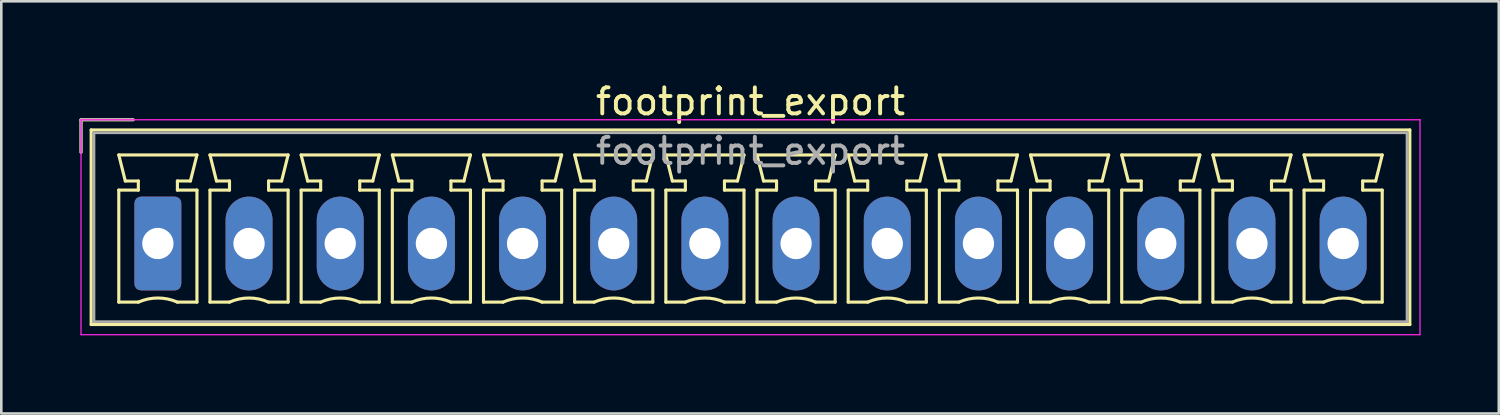
<source format=kicad_pcb>
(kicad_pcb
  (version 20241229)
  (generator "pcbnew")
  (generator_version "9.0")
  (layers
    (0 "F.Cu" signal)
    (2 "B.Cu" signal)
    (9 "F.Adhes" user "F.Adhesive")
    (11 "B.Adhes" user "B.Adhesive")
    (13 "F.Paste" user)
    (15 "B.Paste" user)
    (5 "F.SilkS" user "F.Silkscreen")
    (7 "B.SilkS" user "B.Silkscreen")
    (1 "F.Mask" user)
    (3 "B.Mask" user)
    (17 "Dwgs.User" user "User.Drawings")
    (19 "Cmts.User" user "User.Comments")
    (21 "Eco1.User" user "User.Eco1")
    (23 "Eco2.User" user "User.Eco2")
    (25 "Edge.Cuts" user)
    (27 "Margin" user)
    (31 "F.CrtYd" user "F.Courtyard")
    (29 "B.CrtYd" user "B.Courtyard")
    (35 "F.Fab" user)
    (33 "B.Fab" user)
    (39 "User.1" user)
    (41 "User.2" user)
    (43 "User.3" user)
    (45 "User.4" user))
  (footprint "footprint_export"
    (layer "F.Cu")
    (at 3.01 6.298)
    (property "Reference" "footprint_export" (at 22.75 -5.45 0) (layer "F.SilkS") (effects (font (size 1 1) (thickness 0.15))))
    (attr through_hole)
    (fp_line (start -2.95 -4.75) (end -0.95 -4.75) (stroke (width 0.12) (type solid)) (layer "F.SilkS"))
    (fp_line (start -2.95 -3.5) (end -2.95 -4.75) (stroke (width 0.12) (type solid)) (layer "F.SilkS"))
    (fp_line (start -2.56 -4.36) (end -2.56 3.11) (stroke (width 0.12) (type solid)) (layer "F.SilkS"))
    (fp_line (start -2.56 3.11) (end 48.06 3.11) (stroke (width 0.12) (type solid)) (layer "F.SilkS"))
    (fp_line (start -1.5 -3.4) (end 1.5 -3.4) (stroke (width 0.12) (type solid)) (layer "F.SilkS"))
    (fp_line (start -1.5 -2.05) (end -0.75 -2.05) (stroke (width 0.12) (type solid)) (layer "F.SilkS"))
    (fp_line (start -1.5 2.25) (end -1.5 -2.05) (stroke (width 0.12) (type solid)) (layer "F.SilkS"))
    (fp_line (start -1.25 -2.4) (end -1.5 -3.4) (stroke (width 0.12) (type solid)) (layer "F.SilkS"))
    (fp_line (start -0.75 -2.4) (end -1.25 -2.4) (stroke (width 0.12) (type solid)) (layer "F.SilkS"))
    (fp_line (start -0.75 -2.05) (end -0.75 -2.4) (stroke (width 0.12) (type solid)) (layer "F.SilkS"))
    (fp_line (start -0.75 2.25) (end -1.5 2.25) (stroke (width 0.12) (type solid)) (layer "F.SilkS"))
    (fp_line (start 0.75 -2.4) (end 0.75 -2.05) (stroke (width 0.12) (type solid)) (layer "F.SilkS"))
    (fp_line (start 0.75 -2.05) (end 1.5 -2.05) (stroke (width 0.12) (type solid)) (layer "F.SilkS"))
    (fp_line (start 1.25 -2.4) (end 0.75 -2.4) (stroke (width 0.12) (type solid)) (layer "F.SilkS"))
    (fp_line (start 1.5 -3.4) (end 1.25 -2.4) (stroke (width 0.12) (type solid)) (layer "F.SilkS"))
    (fp_line (start 1.5 -2.05) (end 1.5 2.25) (stroke (width 0.12) (type solid)) (layer "F.SilkS"))
    (fp_line (start 1.5 2.25) (end 0.75 2.25) (stroke (width 0.12) (type solid)) (layer "F.SilkS"))
    (fp_line (start 2 -3.4) (end 5 -3.4) (stroke (width 0.12) (type solid)) (layer "F.SilkS"))
    (fp_line (start 2 -2.05) (end 2.75 -2.05) (stroke (width 0.12) (type solid)) (layer "F.SilkS"))
    (fp_line (start 2 2.25) (end 2 -2.05) (stroke (width 0.12) (type solid)) (layer "F.SilkS"))
    (fp_line (start 2.25 -2.4) (end 2 -3.4) (stroke (width 0.12) (type solid)) (layer "F.SilkS"))
    (fp_line (start 2.75 -2.4) (end 2.25 -2.4) (stroke (width 0.12) (type solid)) (layer "F.SilkS"))
    (fp_line (start 2.75 -2.05) (end 2.75 -2.4) (stroke (width 0.12) (type solid)) (layer "F.SilkS"))
    (fp_line (start 2.75 2.25) (end 2 2.25) (stroke (width 0.12) (type solid)) (layer "F.SilkS"))
    (fp_line (start 4.25 -2.4) (end 4.25 -2.05) (stroke (width 0.12) (type solid)) (layer "F.SilkS"))
    (fp_line (start 4.25 -2.05) (end 5 -2.05) (stroke (width 0.12) (type solid)) (layer "F.SilkS"))
    (fp_line (start 4.75 -2.4) (end 4.25 -2.4) (stroke (width 0.12) (type solid)) (layer "F.SilkS"))
    (fp_line (start 5 -3.4) (end 4.75 -2.4) (stroke (width 0.12) (type solid)) (layer "F.SilkS"))
    (fp_line (start 5 -2.05) (end 5 2.25) (stroke (width 0.12) (type solid)) (layer "F.SilkS"))
    (fp_line (start 5 2.25) (end 4.25 2.25) (stroke (width 0.12) (type solid)) (layer "F.SilkS"))
    (fp_line (start 5.5 -3.4) (end 8.5 -3.4) (stroke (width 0.12) (type solid)) (layer "F.SilkS"))
    (fp_line (start 5.5 -2.05) (end 6.25 -2.05) (stroke (width 0.12) (type solid)) (layer "F.SilkS"))
    (fp_line (start 5.5 2.25) (end 5.5 -2.05) (stroke (width 0.12) (type solid)) (layer "F.SilkS"))
    (fp_line (start 5.75 -2.4) (end 5.5 -3.4) (stroke (width 0.12) (type solid)) (layer "F.SilkS"))
    (fp_line (start 6.25 -2.4) (end 5.75 -2.4) (stroke (width 0.12) (type solid)) (layer "F.SilkS"))
    (fp_line (start 6.25 -2.05) (end 6.25 -2.4) (stroke (width 0.12) (type solid)) (layer "F.SilkS"))
    (fp_line (start 6.25 2.25) (end 5.5 2.25) (stroke (width 0.12) (type solid)) (layer "F.SilkS"))
    (fp_line (start 7.75 -2.4) (end 7.75 -2.05) (stroke (width 0.12) (type solid)) (layer "F.SilkS"))
    (fp_line (start 7.75 -2.05) (end 8.5 -2.05) (stroke (width 0.12) (type solid)) (layer "F.SilkS"))
    (fp_line (start 8.25 -2.4) (end 7.75 -2.4) (stroke (width 0.12) (type solid)) (layer "F.SilkS"))
    (fp_line (start 8.5 -3.4) (end 8.25 -2.4) (stroke (width 0.12) (type solid)) (layer "F.SilkS"))
    (fp_line (start 8.5 -2.05) (end 8.5 2.25) (stroke (width 0.12) (type solid)) (layer "F.SilkS"))
    (fp_line (start 8.5 2.25) (end 7.75 2.25) (stroke (width 0.12) (type solid)) (layer "F.SilkS"))
    (fp_line (start 9 -3.4) (end 12 -3.4) (stroke (width 0.12) (type solid)) (layer "F.SilkS"))
    (fp_line (start 9 -2.05) (end 9.75 -2.05) (stroke (width 0.12) (type solid)) (layer "F.SilkS"))
    (fp_line (start 9 2.25) (end 9 -2.05) (stroke (width 0.12) (type solid)) (layer "F.SilkS"))
    (fp_line (start 9.25 -2.4) (end 9 -3.4) (stroke (width 0.12) (type solid)) (layer "F.SilkS"))
    (fp_line (start 9.75 -2.4) (end 9.25 -2.4) (stroke (width 0.12) (type solid)) (layer "F.SilkS"))
    (fp_line (start 9.75 -2.05) (end 9.75 -2.4) (stroke (width 0.12) (type solid)) (layer "F.SilkS"))
    (fp_line (start 9.75 2.25) (end 9 2.25) (stroke (width 0.12) (type solid)) (layer "F.SilkS"))
    (fp_line (start 11.25 -2.4) (end 11.25 -2.05) (stroke (width 0.12) (type solid)) (layer "F.SilkS"))
    (fp_line (start 11.25 -2.05) (end 12 -2.05) (stroke (width 0.12) (type solid)) (layer "F.SilkS"))
    (fp_line (start 11.75 -2.4) (end 11.25 -2.4) (stroke (width 0.12) (type solid)) (layer "F.SilkS"))
    (fp_line (start 12 -3.4) (end 11.75 -2.4) (stroke (width 0.12) (type solid)) (layer "F.SilkS"))
    (fp_line (start 12 -2.05) (end 12 2.25) (stroke (width 0.12) (type solid)) (layer "F.SilkS"))
    (fp_line (start 12 2.25) (end 11.25 2.25) (stroke (width 0.12) (type solid)) (layer "F.SilkS"))
    (fp_line (start 12.5 -3.4) (end 15.5 -3.4) (stroke (width 0.12) (type solid)) (layer "F.SilkS"))
    (fp_line (start 12.5 -2.05) (end 13.25 -2.05) (stroke (width 0.12) (type solid)) (layer "F.SilkS"))
    (fp_line (start 12.5 2.25) (end 12.5 -2.05) (stroke (width 0.12) (type solid)) (layer "F.SilkS"))
    (fp_line (start 12.75 -2.4) (end 12.5 -3.4) (stroke (width 0.12) (type solid)) (layer "F.SilkS"))
    (fp_line (start 13.25 -2.4) (end 12.75 -2.4) (stroke (width 0.12) (type solid)) (layer "F.SilkS"))
    (fp_line (start 13.25 -2.05) (end 13.25 -2.4) (stroke (width 0.12) (type solid)) (layer "F.SilkS"))
    (fp_line (start 13.25 2.25) (end 12.5 2.25) (stroke (width 0.12) (type solid)) (layer "F.SilkS"))
    (fp_line (start 14.75 -2.4) (end 14.75 -2.05) (stroke (width 0.12) (type solid)) (layer "F.SilkS"))
    (fp_line (start 14.75 -2.05) (end 15.5 -2.05) (stroke (width 0.12) (type solid)) (layer "F.SilkS"))
    (fp_line (start 15.25 -2.4) (end 14.75 -2.4) (stroke (width 0.12) (type solid)) (layer "F.SilkS"))
    (fp_line (start 15.5 -3.4) (end 15.25 -2.4) (stroke (width 0.12) (type solid)) (layer "F.SilkS"))
    (fp_line (start 15.5 -2.05) (end 15.5 2.25) (stroke (width 0.12) (type solid)) (layer "F.SilkS"))
    (fp_line (start 15.5 2.25) (end 14.75 2.25) (stroke (width 0.12) (type solid)) (layer "F.SilkS"))
    (fp_line (start 16 -3.4) (end 19 -3.4) (stroke (width 0.12) (type solid)) (layer "F.SilkS"))
    (fp_line (start 16 -2.05) (end 16.75 -2.05) (stroke (width 0.12) (type solid)) (layer "F.SilkS"))
    (fp_line (start 16 2.25) (end 16 -2.05) (stroke (width 0.12) (type solid)) (layer "F.SilkS"))
    (fp_line (start 16.25 -2.4) (end 16 -3.4) (stroke (width 0.12) (type solid)) (layer "F.SilkS"))
    (fp_line (start 16.75 -2.4) (end 16.25 -2.4) (stroke (width 0.12) (type solid)) (layer "F.SilkS"))
    (fp_line (start 16.75 -2.05) (end 16.75 -2.4) (stroke (width 0.12) (type solid)) (layer "F.SilkS"))
    (fp_line (start 16.75 2.25) (end 16 2.25) (stroke (width 0.12) (type solid)) (layer "F.SilkS"))
    (fp_line (start 18.25 -2.4) (end 18.25 -2.05) (stroke (width 0.12) (type solid)) (layer "F.SilkS"))
    (fp_line (start 18.25 -2.05) (end 19 -2.05) (stroke (width 0.12) (type solid)) (layer "F.SilkS"))
    (fp_line (start 18.75 -2.4) (end 18.25 -2.4) (stroke (width 0.12) (type solid)) (layer "F.SilkS"))
    (fp_line (start 19 -3.4) (end 18.75 -2.4) (stroke (width 0.12) (type solid)) (layer "F.SilkS"))
    (fp_line (start 19 -2.05) (end 19 2.25) (stroke (width 0.12) (type solid)) (layer "F.SilkS"))
    (fp_line (start 19 2.25) (end 18.25 2.25) (stroke (width 0.12) (type solid)) (layer "F.SilkS"))
    (fp_line (start 19.5 -3.4) (end 22.5 -3.4) (stroke (width 0.12) (type solid)) (layer "F.SilkS"))
    (fp_line (start 19.5 -2.05) (end 20.25 -2.05) (stroke (width 0.12) (type solid)) (layer "F.SilkS"))
    (fp_line (start 19.5 2.25) (end 19.5 -2.05) (stroke (width 0.12) (type solid)) (layer "F.SilkS"))
    (fp_line (start 19.75 -2.4) (end 19.5 -3.4) (stroke (width 0.12) (type solid)) (layer "F.SilkS"))
    (fp_line (start 20.25 -2.4) (end 19.75 -2.4) (stroke (width 0.12) (type solid)) (layer "F.SilkS"))
    (fp_line (start 20.25 -2.05) (end 20.25 -2.4) (stroke (width 0.12) (type solid)) (layer "F.SilkS"))
    (fp_line (start 20.25 2.25) (end 19.5 2.25) (stroke (width 0.12) (type solid)) (layer "F.SilkS"))
    (fp_line (start 21.75 -2.4) (end 21.75 -2.05) (stroke (width 0.12) (type solid)) (layer "F.SilkS"))
    (fp_line (start 21.75 -2.05) (end 22.5 -2.05) (stroke (width 0.12) (type solid)) (layer "F.SilkS"))
    (fp_line (start 22.25 -2.4) (end 21.75 -2.4) (stroke (width 0.12) (type solid)) (layer "F.SilkS"))
    (fp_line (start 22.5 -3.4) (end 22.25 -2.4) (stroke (width 0.12) (type solid)) (layer "F.SilkS"))
    (fp_line (start 22.5 -2.05) (end 22.5 2.25) (stroke (width 0.12) (type solid)) (layer "F.SilkS"))
    (fp_line (start 22.5 2.25) (end 21.75 2.25) (stroke (width 0.12) (type solid)) (layer "F.SilkS"))
    (fp_line (start 23 -3.4) (end 26 -3.4) (stroke (width 0.12) (type solid)) (layer "F.SilkS"))
    (fp_line (start 23 -2.05) (end 23.75 -2.05) (stroke (width 0.12) (type solid)) (layer "F.SilkS"))
    (fp_line (start 23 2.25) (end 23 -2.05) (stroke (width 0.12) (type solid)) (layer "F.SilkS"))
    (fp_line (start 23.25 -2.4) (end 23 -3.4) (stroke (width 0.12) (type solid)) (layer "F.SilkS"))
    (fp_line (start 23.75 -2.4) (end 23.25 -2.4) (stroke (width 0.12) (type solid)) (layer "F.SilkS"))
    (fp_line (start 23.75 -2.05) (end 23.75 -2.4) (stroke (width 0.12) (type solid)) (layer "F.SilkS"))
    (fp_line (start 23.75 2.25) (end 23 2.25) (stroke (width 0.12) (type solid)) (layer "F.SilkS"))
    (fp_line (start 25.25 -2.4) (end 25.25 -2.05) (stroke (width 0.12) (type solid)) (layer "F.SilkS"))
    (fp_line (start 25.25 -2.05) (end 26 -2.05) (stroke (width 0.12) (type solid)) (layer "F.SilkS"))
    (fp_line (start 25.75 -2.4) (end 25.25 -2.4) (stroke (width 0.12) (type solid)) (layer "F.SilkS"))
    (fp_line (start 26 -3.4) (end 25.75 -2.4) (stroke (width 0.12) (type solid)) (layer "F.SilkS"))
    (fp_line (start 26 -2.05) (end 26 2.25) (stroke (width 0.12) (type solid)) (layer "F.SilkS"))
    (fp_line (start 26 2.25) (end 25.25 2.25) (stroke (width 0.12) (type solid)) (layer "F.SilkS"))
    (fp_line (start 26.5 -3.4) (end 29.5 -3.4) (stroke (width 0.12) (type solid)) (layer "F.SilkS"))
    (fp_line (start 26.5 -2.05) (end 27.25 -2.05) (stroke (width 0.12) (type solid)) (layer "F.SilkS"))
    (fp_line (start 26.5 2.25) (end 26.5 -2.05) (stroke (width 0.12) (type solid)) (layer "F.SilkS"))
    (fp_line (start 26.75 -2.4) (end 26.5 -3.4) (stroke (width 0.12) (type solid)) (layer "F.SilkS"))
    (fp_line (start 27.25 -2.4) (end 26.75 -2.4) (stroke (width 0.12) (type solid)) (layer "F.SilkS"))
    (fp_line (start 27.25 -2.05) (end 27.25 -2.4) (stroke (width 0.12) (type solid)) (layer "F.SilkS"))
    (fp_line (start 27.25 2.25) (end 26.5 2.25) (stroke (width 0.12) (type solid)) (layer "F.SilkS"))
    (fp_line (start 28.75 -2.4) (end 28.75 -2.05) (stroke (width 0.12) (type solid)) (layer "F.SilkS"))
    (fp_line (start 28.75 -2.05) (end 29.5 -2.05) (stroke (width 0.12) (type solid)) (layer "F.SilkS"))
    (fp_line (start 29.25 -2.4) (end 28.75 -2.4) (stroke (width 0.12) (type solid)) (layer "F.SilkS"))
    (fp_line (start 29.5 -3.4) (end 29.25 -2.4) (stroke (width 0.12) (type solid)) (layer "F.SilkS"))
    (fp_line (start 29.5 -2.05) (end 29.5 2.25) (stroke (width 0.12) (type solid)) (layer "F.SilkS"))
    (fp_line (start 29.5 2.25) (end 28.75 2.25) (stroke (width 0.12) (type solid)) (layer "F.SilkS"))
    (fp_line (start 30 -3.4) (end 33 -3.4) (stroke (width 0.12) (type solid)) (layer "F.SilkS"))
    (fp_line (start 30 -2.05) (end 30.75 -2.05) (stroke (width 0.12) (type solid)) (layer "F.SilkS"))
    (fp_line (start 30 2.25) (end 30 -2.05) (stroke (width 0.12) (type solid)) (layer "F.SilkS"))
    (fp_line (start 30.25 -2.4) (end 30 -3.4) (stroke (width 0.12) (type solid)) (layer "F.SilkS"))
    (fp_line (start 30.75 -2.4) (end 30.25 -2.4) (stroke (width 0.12) (type solid)) (layer "F.SilkS"))
    (fp_line (start 30.75 -2.05) (end 30.75 -2.4) (stroke (width 0.12) (type solid)) (layer "F.SilkS"))
    (fp_line (start 30.75 2.25) (end 30 2.25) (stroke (width 0.12) (type solid)) (layer "F.SilkS"))
    (fp_line (start 32.25 -2.4) (end 32.25 -2.05) (stroke (width 0.12) (type solid)) (layer "F.SilkS"))
    (fp_line (start 32.25 -2.05) (end 33 -2.05) (stroke (width 0.12) (type solid)) (layer "F.SilkS"))
    (fp_line (start 32.75 -2.4) (end 32.25 -2.4) (stroke (width 0.12) (type solid)) (layer "F.SilkS"))
    (fp_line (start 33 -3.4) (end 32.75 -2.4) (stroke (width 0.12) (type solid)) (layer "F.SilkS"))
    (fp_line (start 33 -2.05) (end 33 2.25) (stroke (width 0.12) (type solid)) (layer "F.SilkS"))
    (fp_line (start 33 2.25) (end 32.25 2.25) (stroke (width 0.12) (type solid)) (layer "F.SilkS"))
    (fp_line (start 33.5 -3.4) (end 36.5 -3.4) (stroke (width 0.12) (type solid)) (layer "F.SilkS"))
    (fp_line (start 33.5 -2.05) (end 34.25 -2.05) (stroke (width 0.12) (type solid)) (layer "F.SilkS"))
    (fp_line (start 33.5 2.25) (end 33.5 -2.05) (stroke (width 0.12) (type solid)) (layer "F.SilkS"))
    (fp_line (start 33.75 -2.4) (end 33.5 -3.4) (stroke (width 0.12) (type solid)) (layer "F.SilkS"))
    (fp_line (start 34.25 -2.4) (end 33.75 -2.4) (stroke (width 0.12) (type solid)) (layer "F.SilkS"))
    (fp_line (start 34.25 -2.05) (end 34.25 -2.4) (stroke (width 0.12) (type solid)) (layer "F.SilkS"))
    (fp_line (start 34.25 2.25) (end 33.5 2.25) (stroke (width 0.12) (type solid)) (layer "F.SilkS"))
    (fp_line (start 35.75 -2.4) (end 35.75 -2.05) (stroke (width 0.12) (type solid)) (layer "F.SilkS"))
    (fp_line (start 35.75 -2.05) (end 36.5 -2.05) (stroke (width 0.12) (type solid)) (layer "F.SilkS"))
    (fp_line (start 36.25 -2.4) (end 35.75 -2.4) (stroke (width 0.12) (type solid)) (layer "F.SilkS"))
    (fp_line (start 36.5 -3.4) (end 36.25 -2.4) (stroke (width 0.12) (type solid)) (layer "F.SilkS"))
    (fp_line (start 36.5 -2.05) (end 36.5 2.25) (stroke (width 0.12) (type solid)) (layer "F.SilkS"))
    (fp_line (start 36.5 2.25) (end 35.75 2.25) (stroke (width 0.12) (type solid)) (layer "F.SilkS"))
    (fp_line (start 37 -3.4) (end 40 -3.4) (stroke (width 0.12) (type solid)) (layer "F.SilkS"))
    (fp_line (start 37 -2.05) (end 37.75 -2.05) (stroke (width 0.12) (type solid)) (layer "F.SilkS"))
    (fp_line (start 37 2.25) (end 37 -2.05) (stroke (width 0.12) (type solid)) (layer "F.SilkS"))
    (fp_line (start 37.25 -2.4) (end 37 -3.4) (stroke (width 0.12) (type solid)) (layer "F.SilkS"))
    (fp_line (start 37.75 -2.4) (end 37.25 -2.4) (stroke (width 0.12) (type solid)) (layer "F.SilkS"))
    (fp_line (start 37.75 -2.05) (end 37.75 -2.4) (stroke (width 0.12) (type solid)) (layer "F.SilkS"))
    (fp_line (start 37.75 2.25) (end 37 2.25) (stroke (width 0.12) (type solid)) (layer "F.SilkS"))
    (fp_line (start 39.25 -2.4) (end 39.25 -2.05) (stroke (width 0.12) (type solid)) (layer "F.SilkS"))
    (fp_line (start 39.25 -2.05) (end 40 -2.05) (stroke (width 0.12) (type solid)) (layer "F.SilkS"))
    (fp_line (start 39.75 -2.4) (end 39.25 -2.4) (stroke (width 0.12) (type solid)) (layer "F.SilkS"))
    (fp_line (start 40 -3.4) (end 39.75 -2.4) (stroke (width 0.12) (type solid)) (layer "F.SilkS"))
    (fp_line (start 40 -2.05) (end 40 2.25) (stroke (width 0.12) (type solid)) (layer "F.SilkS"))
    (fp_line (start 40 2.25) (end 39.25 2.25) (stroke (width 0.12) (type solid)) (layer "F.SilkS"))
    (fp_line (start 40.5 -3.4) (end 43.5 -3.4) (stroke (width 0.12) (type solid)) (layer "F.SilkS"))
    (fp_line (start 40.5 -2.05) (end 41.25 -2.05) (stroke (width 0.12) (type solid)) (layer "F.SilkS"))
    (fp_line (start 40.5 2.25) (end 40.5 -2.05) (stroke (width 0.12) (type solid)) (layer "F.SilkS"))
    (fp_line (start 40.75 -2.4) (end 40.5 -3.4) (stroke (width 0.12) (type solid)) (layer "F.SilkS"))
    (fp_line (start 41.25 -2.4) (end 40.75 -2.4) (stroke (width 0.12) (type solid)) (layer "F.SilkS"))
    (fp_line (start 41.25 -2.05) (end 41.25 -2.4) (stroke (width 0.12) (type solid)) (layer "F.SilkS"))
    (fp_line (start 41.25 2.25) (end 40.5 2.25) (stroke (width 0.12) (type solid)) (layer "F.SilkS"))
    (fp_line (start 42.75 -2.4) (end 42.75 -2.05) (stroke (width 0.12) (type solid)) (layer "F.SilkS"))
    (fp_line (start 42.75 -2.05) (end 43.5 -2.05) (stroke (width 0.12) (type solid)) (layer "F.SilkS"))
    (fp_line (start 43.25 -2.4) (end 42.75 -2.4) (stroke (width 0.12) (type solid)) (layer "F.SilkS"))
    (fp_line (start 43.5 -3.4) (end 43.25 -2.4) (stroke (width 0.12) (type solid)) (layer "F.SilkS"))
    (fp_line (start 43.5 -2.05) (end 43.5 2.25) (stroke (width 0.12) (type solid)) (layer "F.SilkS"))
    (fp_line (start 43.5 2.25) (end 42.75 2.25) (stroke (width 0.12) (type solid)) (layer "F.SilkS"))
    (fp_line (start 44 -3.4) (end 47 -3.4) (stroke (width 0.12) (type solid)) (layer "F.SilkS"))
    (fp_line (start 44 -2.05) (end 44.75 -2.05) (stroke (width 0.12) (type solid)) (layer "F.SilkS"))
    (fp_line (start 44 2.25) (end 44 -2.05) (stroke (width 0.12) (type solid)) (layer "F.SilkS"))
    (fp_line (start 44.25 -2.4) (end 44 -3.4) (stroke (width 0.12) (type solid)) (layer "F.SilkS"))
    (fp_line (start 44.75 -2.4) (end 44.25 -2.4) (stroke (width 0.12) (type solid)) (layer "F.SilkS"))
    (fp_line (start 44.75 -2.05) (end 44.75 -2.4) (stroke (width 0.12) (type solid)) (layer "F.SilkS"))
    (fp_line (start 44.75 2.25) (end 44 2.25) (stroke (width 0.12) (type solid)) (layer "F.SilkS"))
    (fp_line (start 46.25 -2.4) (end 46.25 -2.05) (stroke (width 0.12) (type solid)) (layer "F.SilkS"))
    (fp_line (start 46.25 -2.05) (end 47 -2.05) (stroke (width 0.12) (type solid)) (layer "F.SilkS"))
    (fp_line (start 46.75 -2.4) (end 46.25 -2.4) (stroke (width 0.12) (type solid)) (layer "F.SilkS"))
    (fp_line (start 47 -3.4) (end 46.75 -2.4) (stroke (width 0.12) (type solid)) (layer "F.SilkS"))
    (fp_line (start 47 -2.05) (end 47 2.25) (stroke (width 0.12) (type solid)) (layer "F.SilkS"))
    (fp_line (start 47 2.25) (end 46.25 2.25) (stroke (width 0.12) (type solid)) (layer "F.SilkS"))
    (fp_line (start 48.06 -4.36) (end -2.56 -4.36) (stroke (width 0.12) (type solid)) (layer "F.SilkS"))
    (fp_line (start 48.06 3.11) (end 48.06 -4.36) (stroke (width 0.12) (type solid)) (layer "F.SilkS"))
    (fp_arc (start -0.75 2.25) (mid -0.000193 2.09191) (end 0.749647 2.249844) (stroke (width 0.12) (type solid)) (layer "F.SilkS"))
    (fp_arc (start 2.75 2.25) (mid 3.499807 2.09191) (end 4.249647 2.249844) (stroke (width 0.12) (type solid)) (layer "F.SilkS"))
    (fp_arc (start 6.25 2.25) (mid 6.999807 2.09191) (end 7.749647 2.249844) (stroke (width 0.12) (type solid)) (layer "F.SilkS"))
    (fp_arc (start 9.75 2.25) (mid 10.499807 2.09191) (end 11.249647 2.249844) (stroke (width 0.12) (type solid)) (layer "F.SilkS"))
    (fp_arc (start 13.25 2.25) (mid 13.999807 2.09191) (end 14.749647 2.249844) (stroke (width 0.12) (type solid)) (layer "F.SilkS"))
    (fp_arc (start 16.75 2.25) (mid 17.499807 2.09191) (end 18.249647 2.249844) (stroke (width 0.12) (type solid)) (layer "F.SilkS"))
    (fp_arc (start 20.25 2.25) (mid 20.999807 2.09191) (end 21.749647 2.249844) (stroke (width 0.12) (type solid)) (layer "F.SilkS"))
    (fp_arc (start 23.75 2.25) (mid 24.499807 2.09191) (end 25.249647 2.249844) (stroke (width 0.12) (type solid)) (layer "F.SilkS"))
    (fp_arc (start 27.25 2.25) (mid 27.999807 2.09191) (end 28.749647 2.249844) (stroke (width 0.12) (type solid)) (layer "F.SilkS"))
    (fp_arc (start 30.75 2.25) (mid 31.499807 2.09191) (end 32.249647 2.249844) (stroke (width 0.12) (type solid)) (layer "F.SilkS"))
    (fp_arc (start 34.25 2.25) (mid 34.999807 2.09191) (end 35.749647 2.249844) (stroke (width 0.12) (type solid)) (layer "F.SilkS"))
    (fp_arc (start 37.75 2.25) (mid 38.499807 2.09191) (end 39.249647 2.249844) (stroke (width 0.12) (type solid)) (layer "F.SilkS"))
    (fp_arc (start 41.25 2.25) (mid 41.999807 2.09191) (end 42.749647 2.249844) (stroke (width 0.12) (type solid)) (layer "F.SilkS"))
    (fp_arc (start 44.75 2.25) (mid 45.499807 2.09191) (end 46.249647 2.249844) (stroke (width 0.12) (type solid)) (layer "F.SilkS"))
    (fp_line (start -2.95 -4.75) (end -2.95 3.5) (stroke (width 0.05) (type solid)) (layer "F.CrtYd"))
    (fp_line (start -2.95 3.5) (end 48.45 3.5) (stroke (width 0.05) (type solid)) (layer "F.CrtYd"))
    (fp_line (start 48.45 -4.75) (end -2.95 -4.75) (stroke (width 0.05) (type solid)) (layer "F.CrtYd"))
    (fp_line (start 48.45 3.5) (end 48.45 -4.75) (stroke (width 0.05) (type solid)) (layer "F.CrtYd"))
    (fp_line (start -2.95 -4.75) (end -0.95 -4.75) (stroke (width 0.1) (type solid)) (layer "F.Fab"))
    (fp_line (start -2.95 -3.5) (end -2.95 -4.75) (stroke (width 0.1) (type solid)) (layer "F.Fab"))
    (fp_line (start -2.45 -4.25) (end -2.45 3) (stroke (width 0.1) (type solid)) (layer "F.Fab"))
    (fp_line (start -2.45 3) (end 47.95 3) (stroke (width 0.1) (type solid)) (layer "F.Fab"))
    (fp_line (start 47.95 -4.25) (end -2.45 -4.25) (stroke (width 0.1) (type solid)) (layer "F.Fab"))
    (fp_line (start 47.95 3) (end 47.95 -4.25) (stroke (width 0.1) (type solid)) (layer "F.Fab"))
    (fp_text user "${REFERENCE}" (at 22.75 -3.55 0) (layer "F.Fab") (effects (font (size 1 1) (thickness 0.15))))
    (pad "1" thru_hole roundrect (at 0 0) (size 1.8 3.6) (drill 1.2) (layers "*.Cu" "*.Mask") (roundrect_rratio 0.139))
    (pad "2" thru_hole oval (at 3.5 0) (size 1.8 3.6) (drill 1.2) (layers "*.Cu" "*.Mask"))
    (pad "3" thru_hole oval (at 7 0) (size 1.8 3.6) (drill 1.2) (layers "*.Cu" "*.Mask"))
    (pad "4" thru_hole oval (at 10.5 0) (size 1.8 3.6) (drill 1.2) (layers "*.Cu" "*.Mask"))
    (pad "5" thru_hole oval (at 14 0) (size 1.8 3.6) (drill 1.2) (layers "*.Cu" "*.Mask"))
    (pad "6" thru_hole oval (at 17.5 0) (size 1.8 3.6) (drill 1.2) (layers "*.Cu" "*.Mask"))
    (pad "7" thru_hole oval (at 21 0) (size 1.8 3.6) (drill 1.2) (layers "*.Cu" "*.Mask"))
    (pad "8" thru_hole oval (at 24.5 0) (size 1.8 3.6) (drill 1.2) (layers "*.Cu" "*.Mask"))
    (pad "9" thru_hole oval (at 28 0) (size 1.8 3.6) (drill 1.2) (layers "*.Cu" "*.Mask"))
    (pad "10" thru_hole oval (at 31.5 0) (size 1.8 3.6) (drill 1.2) (layers "*.Cu" "*.Mask"))
    (pad "11" thru_hole oval (at 35 0) (size 1.8 3.6) (drill 1.2) (layers "*.Cu" "*.Mask"))
    (pad "12" thru_hole oval (at 38.5 0) (size 1.8 3.6) (drill 1.2) (layers "*.Cu" "*.Mask"))
    (pad "13" thru_hole oval (at 42 0) (size 1.8 3.6) (drill 1.2) (layers "*.Cu" "*.Mask"))
    (pad "14" thru_hole oval (at 45.5 0) (size 1.8 3.6) (drill 1.2) (layers "*.Cu" "*.Mask")))
  (gr_rect
    (start -3 -3)
    (end 54.485 12.823)
    (stroke (width 0.1) (type default))
    (fill no)
    (layer "Edge.Cuts")))
</source>
